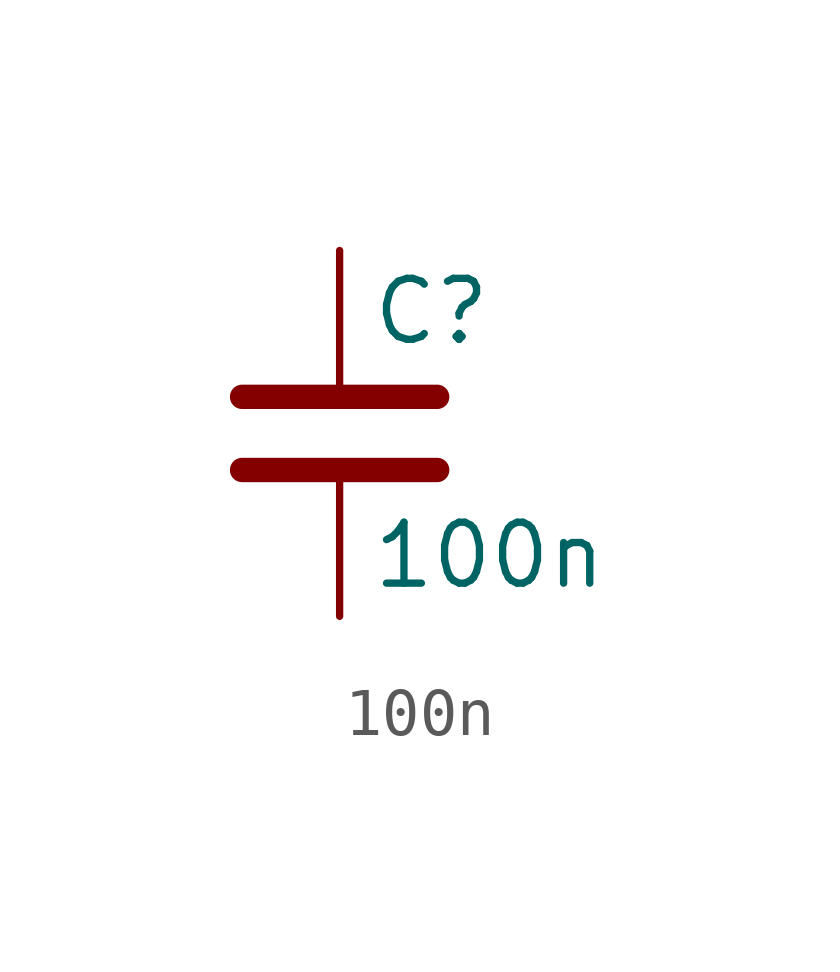
<source format=kicad_sym>
(kicad_symbol_lib
  (version 20241209)
  (generator "kicad_symbol_editor")
  (generator_version "9.0")
  (symbol "100n"
    (pin_numbers
      (hide yes))
    (pin_names
      (offset 0.254))
    (property "Reference" "C"
      (at 0.635 2.54 0)
      (effects (font (size 1.27 1.27)) (justify left)))
    (property "Value" "100n"
      (at 0.635 -2.54 0)
      (effects (font (size 1.27 1.27)) (justify left)))
    (symbol "100n_0_1"
      (polyline (pts (xy -2.032 0.762) (xy 2.032 0.762)) (stroke (width 0.508) (type default)) (fill (type none)))
      (polyline (pts (xy -2.032 -0.762) (xy 2.032 -0.762)) (stroke (width 0.508) (type default)) (fill (type none))))
    (symbol "100n_1_1"
      (pin passive line (at 0 3.81 270) (length 2.794) (name "~" (effects (font (size 1.27 1.27)))) (number "1" (effects (font (size 1.27 1.27)))))
      (pin passive line (at 0 -3.81 90) (length 2.794) (name "~" (effects (font (size 1.27 1.27)))) (number "2" (effects (font (size 1.27 1.27))))))))
</source>
